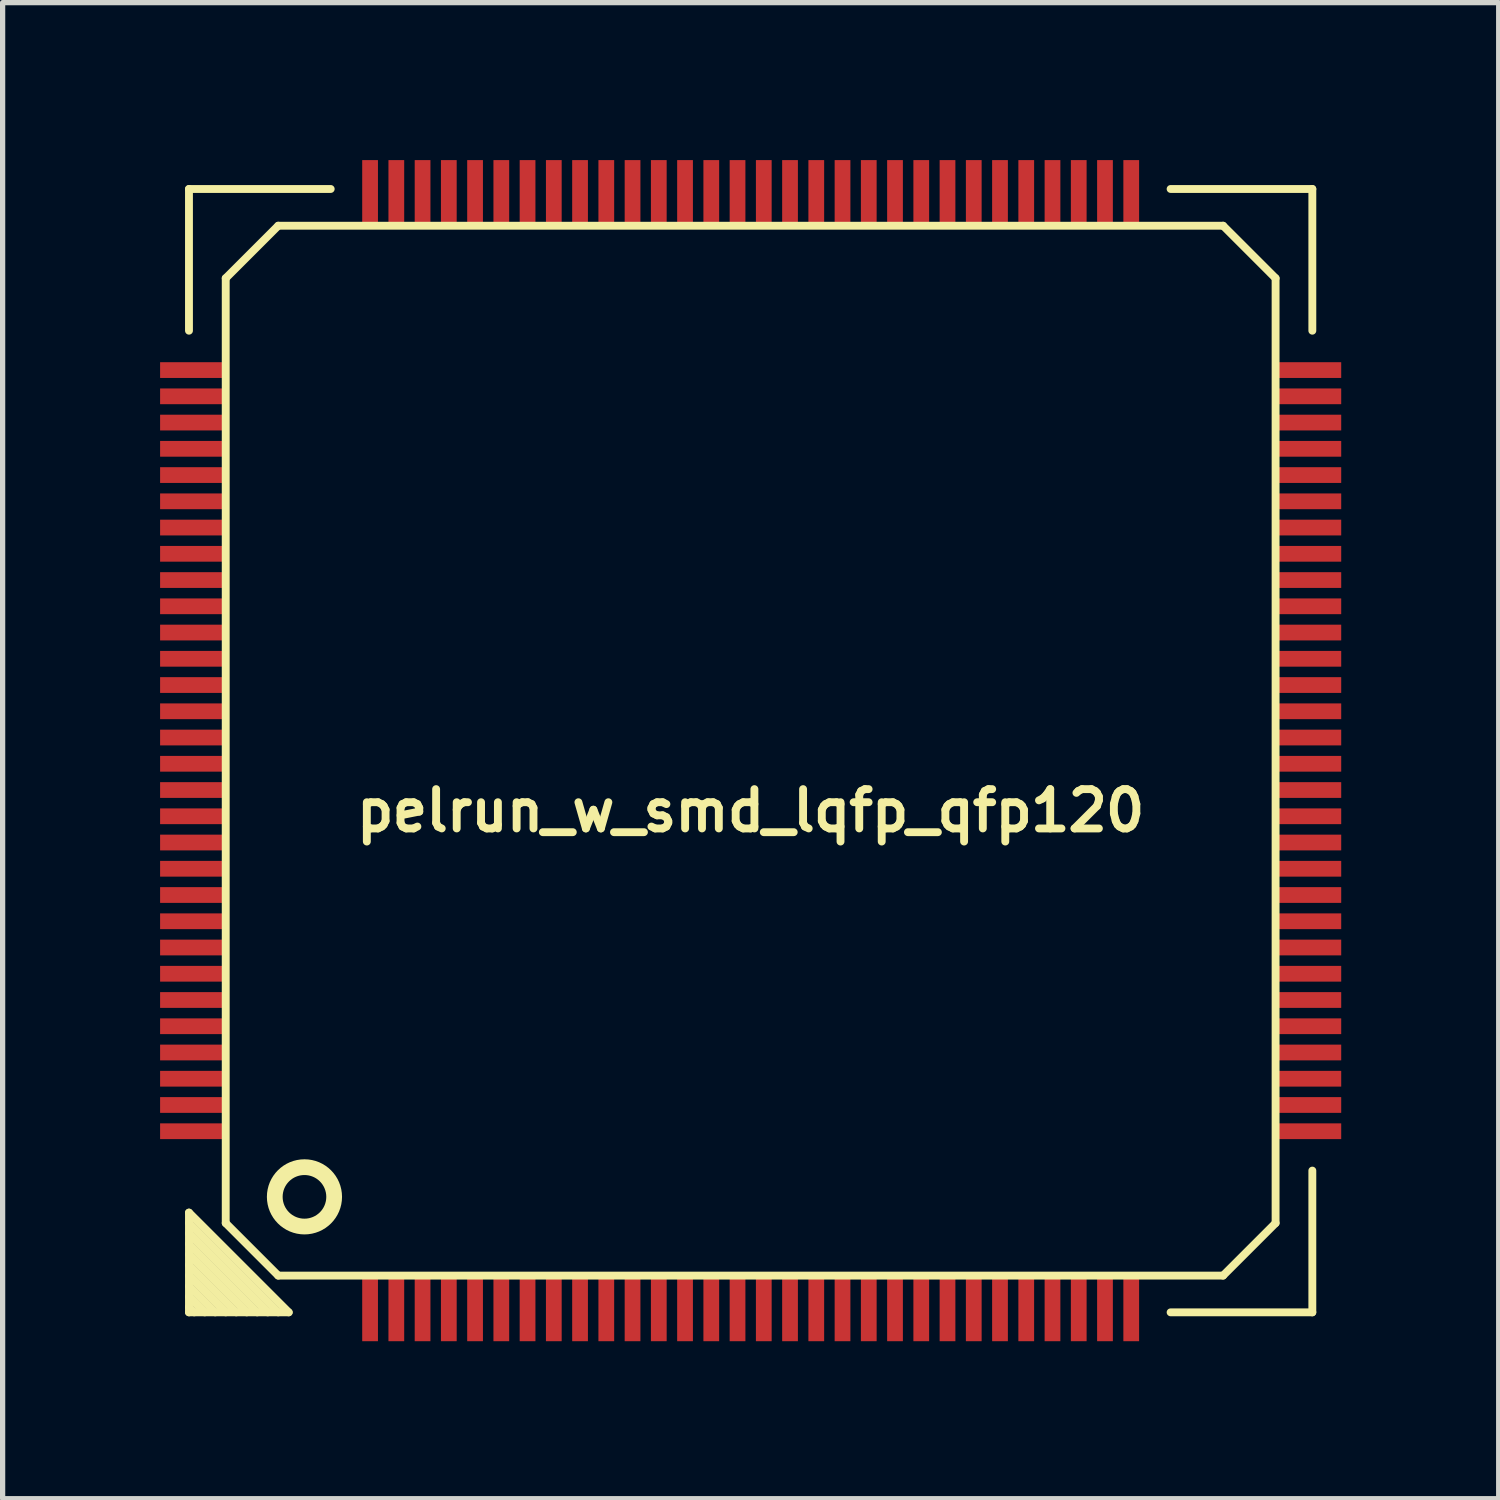
<source format=kicad_pcb>
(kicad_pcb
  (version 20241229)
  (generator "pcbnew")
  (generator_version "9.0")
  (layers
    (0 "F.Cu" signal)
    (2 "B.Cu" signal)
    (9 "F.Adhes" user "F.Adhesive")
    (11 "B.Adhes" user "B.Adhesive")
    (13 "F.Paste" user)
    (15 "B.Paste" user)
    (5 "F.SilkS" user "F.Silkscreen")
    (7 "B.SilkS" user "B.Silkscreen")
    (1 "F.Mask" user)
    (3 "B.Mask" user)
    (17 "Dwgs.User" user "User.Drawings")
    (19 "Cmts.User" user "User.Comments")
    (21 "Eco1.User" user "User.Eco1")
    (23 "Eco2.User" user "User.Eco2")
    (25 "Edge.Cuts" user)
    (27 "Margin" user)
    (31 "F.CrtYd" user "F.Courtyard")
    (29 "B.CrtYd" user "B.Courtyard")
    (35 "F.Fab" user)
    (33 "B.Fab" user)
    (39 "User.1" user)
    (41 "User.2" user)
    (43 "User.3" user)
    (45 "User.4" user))
  (footprint "pelrun_w_smd_lqfp_qfp120"
    (layer "F.Cu")
    (at 11.25 11.25)
    (property "Reference" "pelrun_w_smd_lqfp_qfp120" (at 0 1.143 0) (layer "F.SilkS") (effects (font (size 0.749 0.749) (thickness 0.15))))
    (attr through_hole)
    (fp_line (start -10.7 -10.7) (end -8 -10.7) (stroke (width 0.15) (type solid)) (layer "F.SilkS"))
    (fp_line (start -10.7 -8) (end -10.7 -10.7) (stroke (width 0.15) (type solid)) (layer "F.SilkS"))
    (fp_line (start -10.7 9.4) (end -9.4 10.7) (stroke (width 0.15) (type solid)) (layer "F.SilkS"))
    (fp_line (start -10.7 9.8) (end -9.8 10.7) (stroke (width 0.15) (type solid)) (layer "F.SilkS"))
    (fp_line (start -10.7 10.2) (end -10.2 10.7) (stroke (width 0.15) (type solid)) (layer "F.SilkS"))
    (fp_line (start -10.7 10.6) (end -10.6 10.7) (stroke (width 0.15) (type solid)) (layer "F.SilkS"))
    (fp_line (start -10.7 10.7) (end -10.7 8.8) (stroke (width 0.15) (type solid)) (layer "F.SilkS"))
    (fp_line (start -10.4 10.7) (end -10.7 10.4) (stroke (width 0.15) (type solid)) (layer "F.SilkS"))
    (fp_line (start -10 -9) (end -9 -10) (stroke (width 0.15) (type solid)) (layer "F.SilkS"))
    (fp_line (start -10 9) (end -10 -9) (stroke (width 0.15) (type solid)) (layer "F.SilkS"))
    (fp_line (start -10 10.7) (end -10.7 10) (stroke (width 0.15) (type solid)) (layer "F.SilkS"))
    (fp_line (start -9.6 10.7) (end -10.7 9.6) (stroke (width 0.15) (type solid)) (layer "F.SilkS"))
    (fp_line (start -9.2 10.7) (end -10.7 9.2) (stroke (width 0.15) (type solid)) (layer "F.SilkS"))
    (fp_line (start -9 -10) (end 9 -10) (stroke (width 0.15) (type solid)) (layer "F.SilkS"))
    (fp_line (start -9 10) (end -10 9) (stroke (width 0.15) (type solid)) (layer "F.SilkS"))
    (fp_line (start -9 10.7) (end -10.7 9) (stroke (width 0.15) (type solid)) (layer "F.SilkS"))
    (fp_line (start -8.8 10.7) (end -10.7 8.8) (stroke (width 0.15) (type solid)) (layer "F.SilkS"))
    (fp_line (start -8.8 10.7) (end -10.7 10.7) (stroke (width 0.15) (type solid)) (layer "F.SilkS"))
    (fp_line (start 8 -10.7) (end 10.7 -10.7) (stroke (width 0.15) (type solid)) (layer "F.SilkS"))
    (fp_line (start 9 -10) (end 10 -9) (stroke (width 0.15) (type solid)) (layer "F.SilkS"))
    (fp_line (start 9 10) (end -9 10) (stroke (width 0.15) (type solid)) (layer "F.SilkS"))
    (fp_line (start 10 9) (end 9 10) (stroke (width 0.15) (type solid)) (layer "F.SilkS"))
    (fp_line (start 10 9) (end 10 -9) (stroke (width 0.15) (type solid)) (layer "F.SilkS"))
    (fp_line (start 10.7 -10.7) (end 10.7 -8) (stroke (width 0.15) (type solid)) (layer "F.SilkS"))
    (fp_line (start 10.7 8) (end 10.7 10.7) (stroke (width 0.15) (type solid)) (layer "F.SilkS"))
    (fp_line (start 10.7 10.7) (end 8 10.7) (stroke (width 0.15) (type solid)) (layer "F.SilkS"))
    (fp_circle (center -8.5 8.5) (end -8.9 8.9) (stroke (width 0.3) (type solid)) (fill no) (layer "F.SilkS"))
    (pad "1" smd rect (at -7.25 10.6) (size 0.3 1.3) (layers "F.Cu" "F.Mask" "F.Paste"))
    (pad "2" smd rect (at -6.75 10.6) (size 0.3 1.3) (layers "F.Cu" "F.Mask" "F.Paste"))
    (pad "3" smd rect (at -6.25 10.6) (size 0.3 1.3) (layers "F.Cu" "F.Mask" "F.Paste"))
    (pad "4" smd rect (at -5.75 10.6) (size 0.3 1.3) (layers "F.Cu" "F.Mask" "F.Paste"))
    (pad "5" smd rect (at -5.25 10.6) (size 0.3 1.3) (layers "F.Cu" "F.Mask" "F.Paste"))
    (pad "6" smd rect (at -4.75 10.6) (size 0.3 1.3) (layers "F.Cu" "F.Mask" "F.Paste"))
    (pad "7" smd rect (at -4.25 10.6) (size 0.3 1.3) (layers "F.Cu" "F.Mask" "F.Paste"))
    (pad "8" smd rect (at -3.75 10.6) (size 0.3 1.3) (layers "F.Cu" "F.Mask" "F.Paste"))
    (pad "9" smd rect (at -3.25 10.6) (size 0.3 1.3) (layers "F.Cu" "F.Mask" "F.Paste"))
    (pad "10" smd rect (at -2.75 10.6) (size 0.3 1.3) (layers "F.Cu" "F.Mask" "F.Paste"))
    (pad "11" smd rect (at -2.25 10.6) (size 0.3 1.3) (layers "F.Cu" "F.Mask" "F.Paste"))
    (pad "12" smd rect (at -1.75 10.6) (size 0.3 1.3) (layers "F.Cu" "F.Mask" "F.Paste"))
    (pad "13" smd rect (at -1.25 10.6) (size 0.3 1.3) (layers "F.Cu" "F.Mask" "F.Paste"))
    (pad "14" smd rect (at -0.75 10.6) (size 0.3 1.3) (layers "F.Cu" "F.Mask" "F.Paste"))
    (pad "15" smd rect (at -0.25 10.6) (size 0.3 1.3) (layers "F.Cu" "F.Mask" "F.Paste"))
    (pad "16" smd rect (at 0.25 10.6) (size 0.3 1.3) (layers "F.Cu" "F.Mask" "F.Paste"))
    (pad "17" smd rect (at 0.75 10.6) (size 0.3 1.3) (layers "F.Cu" "F.Mask" "F.Paste"))
    (pad "18" smd rect (at 1.25 10.6) (size 0.3 1.3) (layers "F.Cu" "F.Mask" "F.Paste"))
    (pad "19" smd rect (at 1.75 10.6) (size 0.3 1.3) (layers "F.Cu" "F.Mask" "F.Paste"))
    (pad "20" smd rect (at 2.25 10.6) (size 0.3 1.3) (layers "F.Cu" "F.Mask" "F.Paste"))
    (pad "21" smd rect (at 2.75 10.6) (size 0.3 1.3) (layers "F.Cu" "F.Mask" "F.Paste"))
    (pad "22" smd rect (at 3.25 10.6) (size 0.3 1.3) (layers "F.Cu" "F.Mask" "F.Paste"))
    (pad "23" smd rect (at 3.75 10.6) (size 0.3 1.3) (layers "F.Cu" "F.Mask" "F.Paste"))
    (pad "24" smd rect (at 4.25 10.6) (size 0.3 1.3) (layers "F.Cu" "F.Mask" "F.Paste"))
    (pad "25" smd rect (at 4.75 10.6) (size 0.3 1.3) (layers "F.Cu" "F.Mask" "F.Paste"))
    (pad "26" smd rect (at 5.25 10.6) (size 0.3 1.3) (layers "F.Cu" "F.Mask" "F.Paste"))
    (pad "27" smd rect (at 5.75 10.6) (size 0.3 1.3) (layers "F.Cu" "F.Mask" "F.Paste"))
    (pad "28" smd rect (at 6.25 10.6) (size 0.3 1.3) (layers "F.Cu" "F.Mask" "F.Paste"))
    (pad "29" smd rect (at 6.75 10.6) (size 0.3 1.3) (layers "F.Cu" "F.Mask" "F.Paste"))
    (pad "30" smd rect (at 7.25 10.6) (size 0.3 1.3) (layers "F.Cu" "F.Mask" "F.Paste"))
    (pad "31" smd rect (at 10.6 7.25) (size 1.3 0.3) (layers "F.Cu" "F.Mask" "F.Paste"))
    (pad "32" smd rect (at 10.6 6.75) (size 1.3 0.3) (layers "F.Cu" "F.Mask" "F.Paste"))
    (pad "33" smd rect (at 10.6 6.25) (size 1.3 0.3) (layers "F.Cu" "F.Mask" "F.Paste"))
    (pad "34" smd rect (at 10.6 5.75) (size 1.3 0.3) (layers "F.Cu" "F.Mask" "F.Paste"))
    (pad "35" smd rect (at 10.6 5.25) (size 1.3 0.3) (layers "F.Cu" "F.Mask" "F.Paste"))
    (pad "36" smd rect (at 10.6 4.75) (size 1.3 0.3) (layers "F.Cu" "F.Mask" "F.Paste"))
    (pad "37" smd rect (at 10.6 4.25) (size 1.3 0.3) (layers "F.Cu" "F.Mask" "F.Paste"))
    (pad "38" smd rect (at 10.6 3.75) (size 1.3 0.3) (layers "F.Cu" "F.Mask" "F.Paste"))
    (pad "39" smd rect (at 10.6 3.25) (size 1.3 0.3) (layers "F.Cu" "F.Mask" "F.Paste"))
    (pad "40" smd rect (at 10.6 2.75) (size 1.3 0.3) (layers "F.Cu" "F.Mask" "F.Paste"))
    (pad "41" smd rect (at 10.6 2.25) (size 1.3 0.3) (layers "F.Cu" "F.Mask" "F.Paste"))
    (pad "42" smd rect (at 10.6 1.75) (size 1.3 0.3) (layers "F.Cu" "F.Mask" "F.Paste"))
    (pad "43" smd rect (at 10.6 1.25) (size 1.3 0.3) (layers "F.Cu" "F.Mask" "F.Paste"))
    (pad "44" smd rect (at 10.6 0.75) (size 1.3 0.3) (layers "F.Cu" "F.Mask" "F.Paste"))
    (pad "45" smd rect (at 10.6 0.25) (size 1.3 0.3) (layers "F.Cu" "F.Mask" "F.Paste"))
    (pad "46" smd rect (at 10.6 -0.25) (size 1.3 0.3) (layers "F.Cu" "F.Mask" "F.Paste"))
    (pad "47" smd rect (at 10.6 -0.75) (size 1.3 0.3) (layers "F.Cu" "F.Mask" "F.Paste"))
    (pad "48" smd rect (at 10.6 -1.25) (size 1.3 0.3) (layers "F.Cu" "F.Mask" "F.Paste"))
    (pad "49" smd rect (at 10.6 -1.75) (size 1.3 0.3) (layers "F.Cu" "F.Mask" "F.Paste"))
    (pad "50" smd rect (at 10.6 -2.25) (size 1.3 0.3) (layers "F.Cu" "F.Mask" "F.Paste"))
    (pad "51" smd rect (at 10.6 -2.75) (size 1.3 0.3) (layers "F.Cu" "F.Mask" "F.Paste"))
    (pad "52" smd rect (at 10.6 -3.25) (size 1.3 0.3) (layers "F.Cu" "F.Mask" "F.Paste"))
    (pad "53" smd rect (at 10.6 -3.75) (size 1.3 0.3) (layers "F.Cu" "F.Mask" "F.Paste"))
    (pad "54" smd rect (at 10.6 -4.25) (size 1.3 0.3) (layers "F.Cu" "F.Mask" "F.Paste"))
    (pad "55" smd rect (at 10.6 -4.75) (size 1.3 0.3) (layers "F.Cu" "F.Mask" "F.Paste"))
    (pad "56" smd rect (at 10.6 -5.25) (size 1.3 0.3) (layers "F.Cu" "F.Mask" "F.Paste"))
    (pad "57" smd rect (at 10.6 -5.75) (size 1.3 0.3) (layers "F.Cu" "F.Mask" "F.Paste"))
    (pad "58" smd rect (at 10.6 -6.25) (size 1.3 0.3) (layers "F.Cu" "F.Mask" "F.Paste"))
    (pad "59" smd rect (at 10.6 -6.75) (size 1.3 0.3) (layers "F.Cu" "F.Mask" "F.Paste"))
    (pad "60" smd rect (at 10.6 -7.25) (size 1.3 0.3) (layers "F.Cu" "F.Mask" "F.Paste"))
    (pad "61" smd rect (at 7.25 -10.6) (size 0.3 1.3) (layers "F.Cu" "F.Mask" "F.Paste"))
    (pad "62" smd rect (at 6.75 -10.6) (size 0.3 1.3) (layers "F.Cu" "F.Mask" "F.Paste"))
    (pad "63" smd rect (at 6.25 -10.6) (size 0.3 1.3) (layers "F.Cu" "F.Mask" "F.Paste"))
    (pad "64" smd rect (at 5.75 -10.6) (size 0.3 1.3) (layers "F.Cu" "F.Mask" "F.Paste"))
    (pad "65" smd rect (at 5.25 -10.6) (size 0.3 1.3) (layers "F.Cu" "F.Mask" "F.Paste"))
    (pad "66" smd rect (at 4.75 -10.6) (size 0.3 1.3) (layers "F.Cu" "F.Mask" "F.Paste"))
    (pad "67" smd rect (at 4.25 -10.6) (size 0.3 1.3) (layers "F.Cu" "F.Mask" "F.Paste"))
    (pad "68" smd rect (at 3.75 -10.6) (size 0.3 1.3) (layers "F.Cu" "F.Mask" "F.Paste"))
    (pad "69" smd rect (at 3.25 -10.6) (size 0.3 1.3) (layers "F.Cu" "F.Mask" "F.Paste"))
    (pad "70" smd rect (at 2.75 -10.6) (size 0.3 1.3) (layers "F.Cu" "F.Mask" "F.Paste"))
    (pad "71" smd rect (at 2.25 -10.6) (size 0.3 1.3) (layers "F.Cu" "F.Mask" "F.Paste"))
    (pad "72" smd rect (at 1.75 -10.6) (size 0.3 1.3) (layers "F.Cu" "F.Mask" "F.Paste"))
    (pad "73" smd rect (at 1.25 -10.6) (size 0.3 1.3) (layers "F.Cu" "F.Mask" "F.Paste"))
    (pad "74" smd rect (at 0.75 -10.6) (size 0.3 1.3) (layers "F.Cu" "F.Mask" "F.Paste"))
    (pad "75" smd rect (at 0.25 -10.6) (size 0.3 1.3) (layers "F.Cu" "F.Mask" "F.Paste"))
    (pad "76" smd rect (at -0.25 -10.6) (size 0.3 1.3) (layers "F.Cu" "F.Mask" "F.Paste"))
    (pad "77" smd rect (at -0.75 -10.6) (size 0.3 1.3) (layers "F.Cu" "F.Mask" "F.Paste"))
    (pad "78" smd rect (at -1.25 -10.6) (size 0.3 1.3) (layers "F.Cu" "F.Mask" "F.Paste"))
    (pad "79" smd rect (at -1.75 -10.6) (size 0.3 1.3) (layers "F.Cu" "F.Mask" "F.Paste"))
    (pad "80" smd rect (at -2.25 -10.6) (size 0.3 1.3) (layers "F.Cu" "F.Mask" "F.Paste"))
    (pad "81" smd rect (at -2.75 -10.6) (size 0.3 1.3) (layers "F.Cu" "F.Mask" "F.Paste"))
    (pad "82" smd rect (at -3.25 -10.6) (size 0.3 1.3) (layers "F.Cu" "F.Mask" "F.Paste"))
    (pad "83" smd rect (at -3.75 -10.6) (size 0.3 1.3) (layers "F.Cu" "F.Mask" "F.Paste"))
    (pad "84" smd rect (at -4.25 -10.6) (size 0.3 1.3) (layers "F.Cu" "F.Mask" "F.Paste"))
    (pad "85" smd rect (at -4.75 -10.6) (size 0.3 1.3) (layers "F.Cu" "F.Mask" "F.Paste"))
    (pad "86" smd rect (at -5.25 -10.6) (size 0.3 1.3) (layers "F.Cu" "F.Mask" "F.Paste"))
    (pad "87" smd rect (at -5.75 -10.6) (size 0.3 1.3) (layers "F.Cu" "F.Mask" "F.Paste"))
    (pad "88" smd rect (at -6.25 -10.6) (size 0.3 1.3) (layers "F.Cu" "F.Mask" "F.Paste"))
    (pad "89" smd rect (at -6.75 -10.6) (size 0.3 1.3) (layers "F.Cu" "F.Mask" "F.Paste"))
    (pad "90" smd rect (at -7.25 -10.6) (size 0.3 1.3) (layers "F.Cu" "F.Mask" "F.Paste"))
    (pad "91" smd rect (at -10.6 -7.25) (size 1.3 0.3) (layers "F.Cu" "F.Mask" "F.Paste"))
    (pad "92" smd rect (at -10.6 -6.75) (size 1.3 0.3) (layers "F.Cu" "F.Mask" "F.Paste"))
    (pad "93" smd rect (at -10.6 -6.25) (size 1.3 0.3) (layers "F.Cu" "F.Mask" "F.Paste"))
    (pad "94" smd rect (at -10.6 -5.75) (size 1.3 0.3) (layers "F.Cu" "F.Mask" "F.Paste"))
    (pad "95" smd rect (at -10.6 -5.25) (size 1.3 0.3) (layers "F.Cu" "F.Mask" "F.Paste"))
    (pad "96" smd rect (at -10.6 -4.75) (size 1.3 0.3) (layers "F.Cu" "F.Mask" "F.Paste"))
    (pad "97" smd rect (at -10.6 -4.25) (size 1.3 0.3) (layers "F.Cu" "F.Mask" "F.Paste"))
    (pad "98" smd rect (at -10.6 -3.75) (size 1.3 0.3) (layers "F.Cu" "F.Mask" "F.Paste"))
    (pad "99" smd rect (at -10.6 -3.25) (size 1.3 0.3) (layers "F.Cu" "F.Mask" "F.Paste"))
    (pad "100" smd rect (at -10.6 -2.75) (size 1.3 0.3) (layers "F.Cu" "F.Mask" "F.Paste"))
    (pad "101" smd rect (at -10.6 -2.25) (size 1.3 0.3) (layers "F.Cu" "F.Mask" "F.Paste"))
    (pad "102" smd rect (at -10.6 -1.75) (size 1.3 0.3) (layers "F.Cu" "F.Mask" "F.Paste"))
    (pad "103" smd rect (at -10.6 -1.25) (size 1.3 0.3) (layers "F.Cu" "F.Mask" "F.Paste"))
    (pad "104" smd rect (at -10.6 -0.75) (size 1.3 0.3) (layers "F.Cu" "F.Mask" "F.Paste"))
    (pad "105" smd rect (at -10.6 -0.25) (size 1.3 0.3) (layers "F.Cu" "F.Mask" "F.Paste"))
    (pad "106" smd rect (at -10.6 0.25) (size 1.3 0.3) (layers "F.Cu" "F.Mask" "F.Paste"))
    (pad "107" smd rect (at -10.6 0.75) (size 1.3 0.3) (layers "F.Cu" "F.Mask" "F.Paste"))
    (pad "108" smd rect (at -10.6 1.25) (size 1.3 0.3) (layers "F.Cu" "F.Mask" "F.Paste"))
    (pad "109" smd rect (at -10.6 1.75) (size 1.3 0.3) (layers "F.Cu" "F.Mask" "F.Paste"))
    (pad "110" smd rect (at -10.6 2.25) (size 1.3 0.3) (layers "F.Cu" "F.Mask" "F.Paste"))
    (pad "111" smd rect (at -10.6 2.75) (size 1.3 0.3) (layers "F.Cu" "F.Mask" "F.Paste"))
    (pad "112" smd rect (at -10.6 3.25) (size 1.3 0.3) (layers "F.Cu" "F.Mask" "F.Paste"))
    (pad "113" smd rect (at -10.6 3.75) (size 1.3 0.3) (layers "F.Cu" "F.Mask" "F.Paste"))
    (pad "114" smd rect (at -10.6 4.25) (size 1.3 0.3) (layers "F.Cu" "F.Mask" "F.Paste"))
    (pad "115" smd rect (at -10.6 4.75) (size 1.3 0.3) (layers "F.Cu" "F.Mask" "F.Paste"))
    (pad "116" smd rect (at -10.6 5.25) (size 1.3 0.3) (layers "F.Cu" "F.Mask" "F.Paste"))
    (pad "117" smd rect (at -10.6 5.75) (size 1.3 0.3) (layers "F.Cu" "F.Mask" "F.Paste"))
    (pad "118" smd rect (at -10.6 6.25) (size 1.3 0.3) (layers "F.Cu" "F.Mask" "F.Paste"))
    (pad "119" smd rect (at -10.6 6.75) (size 1.3 0.3) (layers "F.Cu" "F.Mask" "F.Paste"))
    (pad "120" smd rect (at -10.6 7.25) (size 1.3 0.3) (layers "F.Cu" "F.Mask" "F.Paste")))
  (gr_rect
    (start -3 -3)
    (end 25.5 25.5)
    (stroke (width 0.1) (type default))
    (fill no)
    (layer "Edge.Cuts")))
</source>
